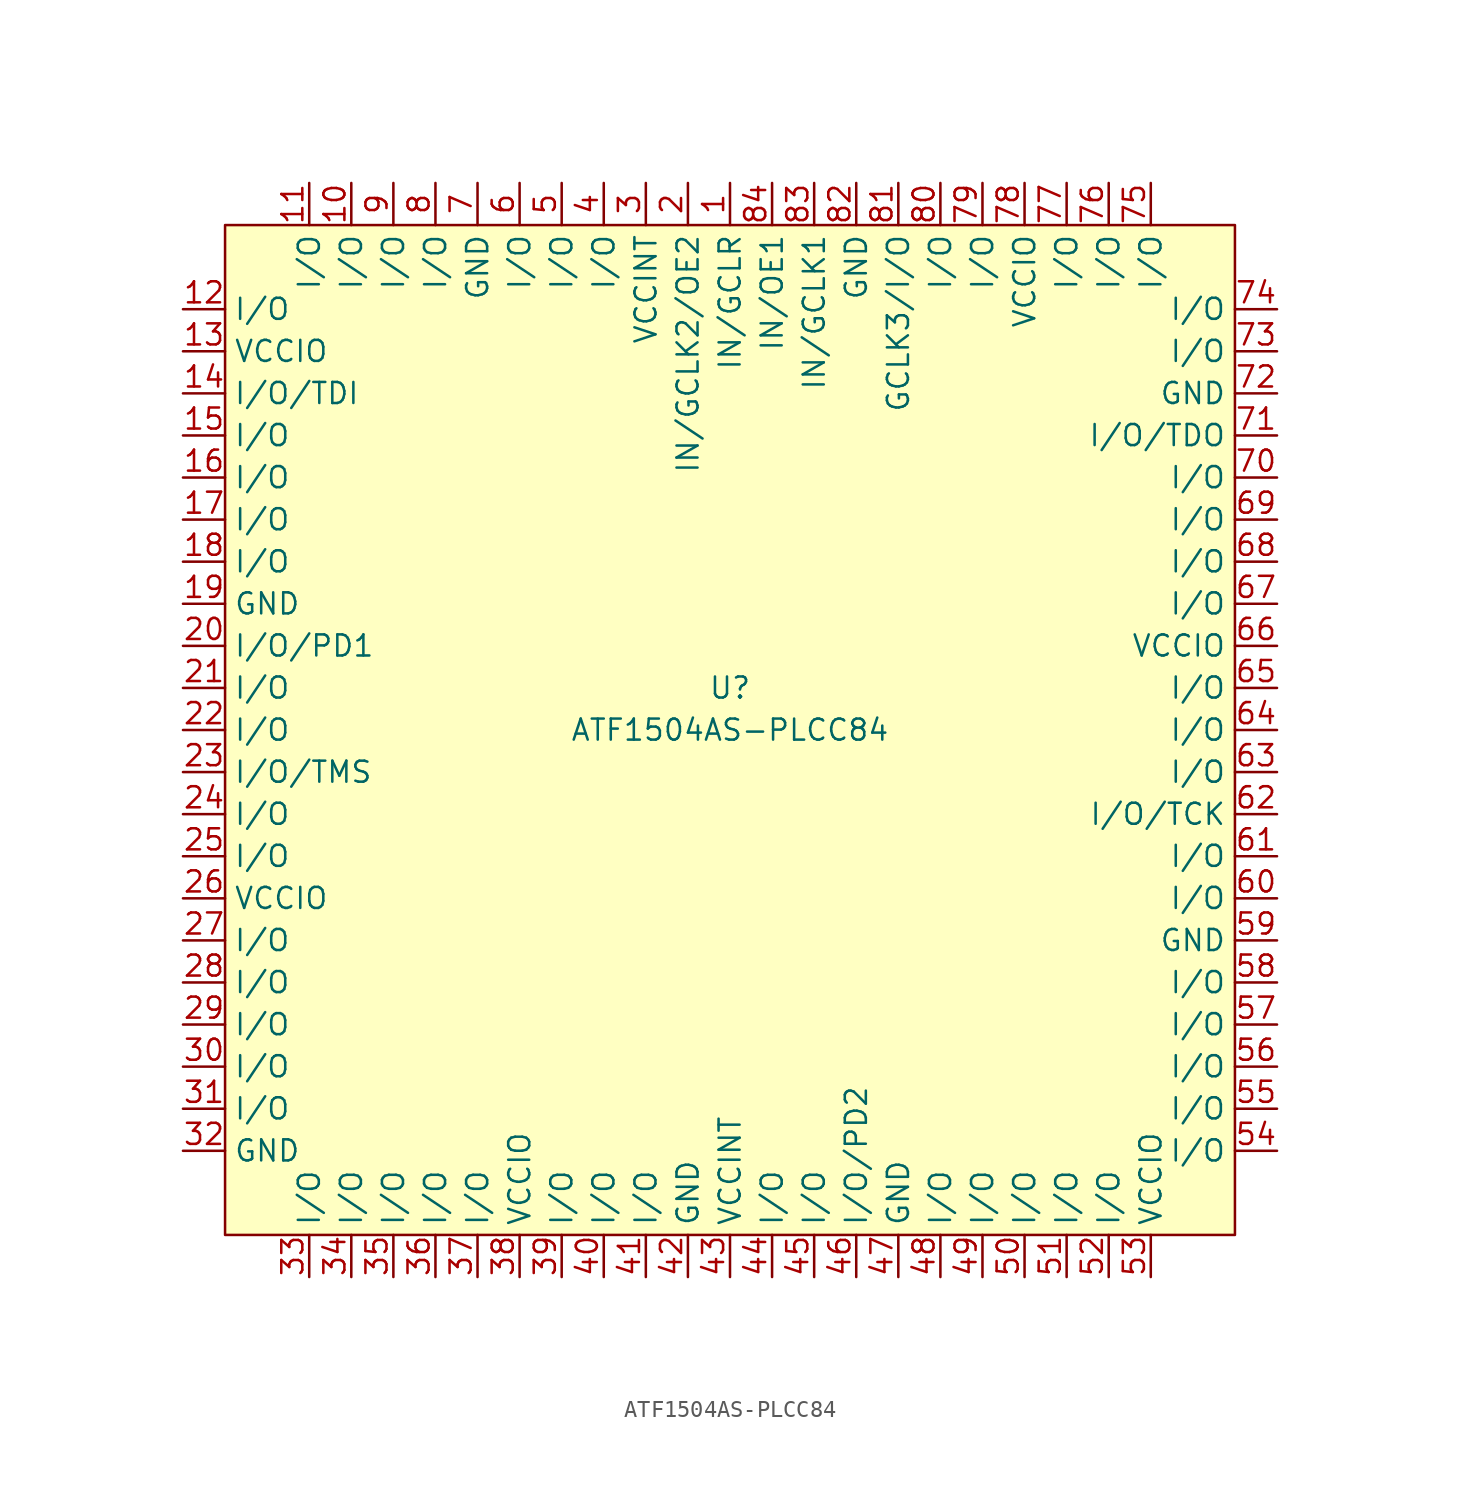
<source format=kicad_sym>
(kicad_symbol_lib
  (version 20211014)
  (generator kicad_symbol_editor)
  (symbol "ATF1504AS-PLCC84"
    (property "Reference" "U"
      (at 0 -29.21 0)
      (effects (font (size 1.27 1.27))))
    (property "Value" "ATF1504AS-PLCC84"
      (at 0 -31.75 0)
      (effects (font (size 1.27 1.27))))
    (symbol "ATF1504AS-PLCC84_0_1"
      (rectangle (start -30.48 -1.27) (end 30.48 -62.23) (stroke (width 0) (type default) (color 0 0 0 0)) (fill (type background))))
    (symbol "ATF1504AS-PLCC84_1_1"
      (pin input line (at 0 1.27 270) (length 2.54) (name "IN/GCLR" (effects (font (size 1.27 1.27)))) (number "1" (effects (font (size 1.27 1.27)))))
      (pin bidirectional line (at -22.86 1.27 270) (length 2.54) (name "I/O" (effects (font (size 1.27 1.27)))) (number "10" (effects (font (size 1.27 1.27)))))
      (pin bidirectional line (at -25.4 1.27 270) (length 2.54) (name "I/O" (effects (font (size 1.27 1.27)))) (number "11" (effects (font (size 1.27 1.27)))))
      (pin bidirectional line (at -33.02 -6.35 0) (length 2.54) (name "I/O" (effects (font (size 1.27 1.27)))) (number "12" (effects (font (size 1.27 1.27)))))
      (pin power_in line (at -33.02 -8.89 0) (length 2.54) (name "VCCIO" (effects (font (size 1.27 1.27)))) (number "13" (effects (font (size 1.27 1.27)))))
      (pin bidirectional line (at -33.02 -11.43 0) (length 2.54) (name "I/O/TDI" (effects (font (size 1.27 1.27)))) (number "14" (effects (font (size 1.27 1.27)))))
      (pin bidirectional line (at -33.02 -13.97 0) (length 2.54) (name "I/O" (effects (font (size 1.27 1.27)))) (number "15" (effects (font (size 1.27 1.27)))))
      (pin bidirectional line (at -33.02 -16.51 0) (length 2.54) (name "I/O" (effects (font (size 1.27 1.27)))) (number "16" (effects (font (size 1.27 1.27)))))
      (pin bidirectional line (at -33.02 -19.05 0) (length 2.54) (name "I/O" (effects (font (size 1.27 1.27)))) (number "17" (effects (font (size 1.27 1.27)))))
      (pin bidirectional line (at -33.02 -21.59 0) (length 2.54) (name "I/O" (effects (font (size 1.27 1.27)))) (number "18" (effects (font (size 1.27 1.27)))))
      (pin power_out line (at -33.02 -24.13 0) (length 2.54) (name "GND" (effects (font (size 1.27 1.27)))) (number "19" (effects (font (size 1.27 1.27)))))
      (pin input line (at -2.54 1.27 270) (length 2.54) (name "IN/GCLK2/OE2" (effects (font (size 1.27 1.27)))) (number "2" (effects (font (size 1.27 1.27)))))
      (pin bidirectional line (at -33.02 -26.67 0) (length 2.54) (name "I/O/PD1" (effects (font (size 1.27 1.27)))) (number "20" (effects (font (size 1.27 1.27)))))
      (pin bidirectional line (at -33.02 -29.21 0) (length 2.54) (name "I/O" (effects (font (size 1.27 1.27)))) (number "21" (effects (font (size 1.27 1.27)))))
      (pin bidirectional line (at -33.02 -31.75 0) (length 2.54) (name "I/O" (effects (font (size 1.27 1.27)))) (number "22" (effects (font (size 1.27 1.27)))))
      (pin bidirectional line (at -33.02 -34.29 0) (length 2.54) (name "I/O/TMS" (effects (font (size 1.27 1.27)))) (number "23" (effects (font (size 1.27 1.27)))))
      (pin bidirectional line (at -33.02 -36.83 0) (length 2.54) (name "I/O" (effects (font (size 1.27 1.27)))) (number "24" (effects (font (size 1.27 1.27)))))
      (pin bidirectional line (at -33.02 -39.37 0) (length 2.54) (name "I/O" (effects (font (size 1.27 1.27)))) (number "25" (effects (font (size 1.27 1.27)))))
      (pin power_in line (at -33.02 -41.91 0) (length 2.54) (name "VCCIO" (effects (font (size 1.27 1.27)))) (number "26" (effects (font (size 1.27 1.27)))))
      (pin bidirectional line (at -33.02 -44.45 0) (length 2.54) (name "I/O" (effects (font (size 1.27 1.27)))) (number "27" (effects (font (size 1.27 1.27)))))
      (pin bidirectional line (at -33.02 -46.99 0) (length 2.54) (name "I/O" (effects (font (size 1.27 1.27)))) (number "28" (effects (font (size 1.27 1.27)))))
      (pin bidirectional line (at -33.02 -49.53 0) (length 2.54) (name "I/O" (effects (font (size 1.27 1.27)))) (number "29" (effects (font (size 1.27 1.27)))))
      (pin power_in line (at -5.08 1.27 270) (length 2.54) (name "VCCINT" (effects (font (size 1.27 1.27)))) (number "3" (effects (font (size 1.27 1.27)))))
      (pin bidirectional line (at -33.02 -52.07 0) (length 2.54) (name "I/O" (effects (font (size 1.27 1.27)))) (number "30" (effects (font (size 1.27 1.27)))))
      (pin bidirectional line (at -33.02 -54.61 0) (length 2.54) (name "I/O" (effects (font (size 1.27 1.27)))) (number "31" (effects (font (size 1.27 1.27)))))
      (pin power_out line (at -33.02 -57.15 0) (length 2.54) (name "GND" (effects (font (size 1.27 1.27)))) (number "32" (effects (font (size 1.27 1.27)))))
      (pin bidirectional line (at -25.4 -64.77 90) (length 2.54) (name "I/O" (effects (font (size 1.27 1.27)))) (number "33" (effects (font (size 1.27 1.27)))))
      (pin bidirectional line (at -22.86 -64.77 90) (length 2.54) (name "I/O" (effects (font (size 1.27 1.27)))) (number "34" (effects (font (size 1.27 1.27)))))
      (pin bidirectional line (at -20.32 -64.77 90) (length 2.54) (name "I/O" (effects (font (size 1.27 1.27)))) (number "35" (effects (font (size 1.27 1.27)))))
      (pin bidirectional line (at -17.78 -64.77 90) (length 2.54) (name "I/O" (effects (font (size 1.27 1.27)))) (number "36" (effects (font (size 1.27 1.27)))))
      (pin bidirectional line (at -15.24 -64.77 90) (length 2.54) (name "I/O" (effects (font (size 1.27 1.27)))) (number "37" (effects (font (size 1.27 1.27)))))
      (pin power_in line (at -12.7 -64.77 90) (length 2.54) (name "VCCIO" (effects (font (size 1.27 1.27)))) (number "38" (effects (font (size 1.27 1.27)))))
      (pin bidirectional line (at -10.16 -64.77 90) (length 2.54) (name "I/O" (effects (font (size 1.27 1.27)))) (number "39" (effects (font (size 1.27 1.27)))))
      (pin bidirectional line (at -7.62 1.27 270) (length 2.54) (name "I/O" (effects (font (size 1.27 1.27)))) (number "4" (effects (font (size 1.27 1.27)))))
      (pin bidirectional line (at -7.62 -64.77 90) (length 2.54) (name "I/O" (effects (font (size 1.27 1.27)))) (number "40" (effects (font (size 1.27 1.27)))))
      (pin bidirectional line (at -5.08 -64.77 90) (length 2.54) (name "I/O" (effects (font (size 1.27 1.27)))) (number "41" (effects (font (size 1.27 1.27)))))
      (pin power_out line (at -2.54 -64.77 90) (length 2.54) (name "GND" (effects (font (size 1.27 1.27)))) (number "42" (effects (font (size 1.27 1.27)))))
      (pin power_in line (at 0 -64.77 90) (length 2.54) (name "VCCINT" (effects (font (size 1.27 1.27)))) (number "43" (effects (font (size 1.27 1.27)))))
      (pin bidirectional line (at 2.54 -64.77 90) (length 2.54) (name "I/O" (effects (font (size 1.27 1.27)))) (number "44" (effects (font (size 1.27 1.27)))))
      (pin bidirectional line (at 5.08 -64.77 90) (length 2.54) (name "I/O" (effects (font (size 1.27 1.27)))) (number "45" (effects (font (size 1.27 1.27)))))
      (pin bidirectional line (at 7.62 -64.77 90) (length 2.54) (name "I/O/PD2" (effects (font (size 1.27 1.27)))) (number "46" (effects (font (size 1.27 1.27)))))
      (pin power_out line (at 10.16 -64.77 90) (length 2.54) (name "GND" (effects (font (size 1.27 1.27)))) (number "47" (effects (font (size 1.27 1.27)))))
      (pin bidirectional line (at 12.7 -64.77 90) (length 2.54) (name "I/O" (effects (font (size 1.27 1.27)))) (number "48" (effects (font (size 1.27 1.27)))))
      (pin bidirectional line (at 15.24 -64.77 90) (length 2.54) (name "I/O" (effects (font (size 1.27 1.27)))) (number "49" (effects (font (size 1.27 1.27)))))
      (pin bidirectional line (at -10.16 1.27 270) (length 2.54) (name "I/O" (effects (font (size 1.27 1.27)))) (number "5" (effects (font (size 1.27 1.27)))))
      (pin bidirectional line (at 17.78 -64.77 90) (length 2.54) (name "I/O" (effects (font (size 1.27 1.27)))) (number "50" (effects (font (size 1.27 1.27)))))
      (pin bidirectional line (at 20.32 -64.77 90) (length 2.54) (name "I/O" (effects (font (size 1.27 1.27)))) (number "51" (effects (font (size 1.27 1.27)))))
      (pin bidirectional line (at 22.86 -64.77 90) (length 2.54) (name "I/O" (effects (font (size 1.27 1.27)))) (number "52" (effects (font (size 1.27 1.27)))))
      (pin power_in line (at 25.4 -64.77 90) (length 2.54) (name "VCCIO" (effects (font (size 1.27 1.27)))) (number "53" (effects (font (size 1.27 1.27)))))
      (pin bidirectional line (at 33.02 -57.15 180) (length 2.54) (name "I/O" (effects (font (size 1.27 1.27)))) (number "54" (effects (font (size 1.27 1.27)))))
      (pin bidirectional line (at 33.02 -54.61 180) (length 2.54) (name "I/O" (effects (font (size 1.27 1.27)))) (number "55" (effects (font (size 1.27 1.27)))))
      (pin bidirectional line (at 33.02 -52.07 180) (length 2.54) (name "I/O" (effects (font (size 1.27 1.27)))) (number "56" (effects (font (size 1.27 1.27)))))
      (pin bidirectional line (at 33.02 -49.53 180) (length 2.54) (name "I/O" (effects (font (size 1.27 1.27)))) (number "57" (effects (font (size 1.27 1.27)))))
      (pin bidirectional line (at 33.02 -46.99 180) (length 2.54) (name "I/O" (effects (font (size 1.27 1.27)))) (number "58" (effects (font (size 1.27 1.27)))))
      (pin power_out line (at 33.02 -44.45 180) (length 2.54) (name "GND" (effects (font (size 1.27 1.27)))) (number "59" (effects (font (size 1.27 1.27)))))
      (pin bidirectional line (at -12.7 1.27 270) (length 2.54) (name "I/O" (effects (font (size 1.27 1.27)))) (number "6" (effects (font (size 1.27 1.27)))))
      (pin bidirectional line (at 33.02 -41.91 180) (length 2.54) (name "I/O" (effects (font (size 1.27 1.27)))) (number "60" (effects (font (size 1.27 1.27)))))
      (pin bidirectional line (at 33.02 -39.37 180) (length 2.54) (name "I/O" (effects (font (size 1.27 1.27)))) (number "61" (effects (font (size 1.27 1.27)))))
      (pin bidirectional line (at 33.02 -36.83 180) (length 2.54) (name "I/O/TCK" (effects (font (size 1.27 1.27)))) (number "62" (effects (font (size 1.27 1.27)))))
      (pin bidirectional line (at 33.02 -34.29 180) (length 2.54) (name "I/O" (effects (font (size 1.27 1.27)))) (number "63" (effects (font (size 1.27 1.27)))))
      (pin bidirectional line (at 33.02 -31.75 180) (length 2.54) (name "I/O" (effects (font (size 1.27 1.27)))) (number "64" (effects (font (size 1.27 1.27)))))
      (pin bidirectional line (at 33.02 -29.21 180) (length 2.54) (name "I/O" (effects (font (size 1.27 1.27)))) (number "65" (effects (font (size 1.27 1.27)))))
      (pin power_in line (at 33.02 -26.67 180) (length 2.54) (name "VCCIO" (effects (font (size 1.27 1.27)))) (number "66" (effects (font (size 1.27 1.27)))))
      (pin bidirectional line (at 33.02 -24.13 180) (length 2.54) (name "I/O" (effects (font (size 1.27 1.27)))) (number "67" (effects (font (size 1.27 1.27)))))
      (pin bidirectional line (at 33.02 -21.59 180) (length 2.54) (name "I/O" (effects (font (size 1.27 1.27)))) (number "68" (effects (font (size 1.27 1.27)))))
      (pin bidirectional line (at 33.02 -19.05 180) (length 2.54) (name "I/O" (effects (font (size 1.27 1.27)))) (number "69" (effects (font (size 1.27 1.27)))))
      (pin power_out line (at -15.24 1.27 270) (length 2.54) (name "GND" (effects (font (size 1.27 1.27)))) (number "7" (effects (font (size 1.27 1.27)))))
      (pin bidirectional line (at 33.02 -16.51 180) (length 2.54) (name "I/O" (effects (font (size 1.27 1.27)))) (number "70" (effects (font (size 1.27 1.27)))))
      (pin bidirectional line (at 33.02 -13.97 180) (length 2.54) (name "I/O/TDO" (effects (font (size 1.27 1.27)))) (number "71" (effects (font (size 1.27 1.27)))))
      (pin power_out line (at 33.02 -11.43 180) (length 2.54) (name "GND" (effects (font (size 1.27 1.27)))) (number "72" (effects (font (size 1.27 1.27)))))
      (pin bidirectional line (at 33.02 -8.89 180) (length 2.54) (name "I/O" (effects (font (size 1.27 1.27)))) (number "73" (effects (font (size 1.27 1.27)))))
      (pin bidirectional line (at 33.02 -6.35 180) (length 2.54) (name "I/O" (effects (font (size 1.27 1.27)))) (number "74" (effects (font (size 1.27 1.27)))))
      (pin bidirectional line (at 25.4 1.27 270) (length 2.54) (name "I/O" (effects (font (size 1.27 1.27)))) (number "75" (effects (font (size 1.27 1.27)))))
      (pin bidirectional line (at 22.86 1.27 270) (length 2.54) (name "I/O" (effects (font (size 1.27 1.27)))) (number "76" (effects (font (size 1.27 1.27)))))
      (pin bidirectional line (at 20.32 1.27 270) (length 2.54) (name "I/O" (effects (font (size 1.27 1.27)))) (number "77" (effects (font (size 1.27 1.27)))))
      (pin power_in line (at 17.78 1.27 270) (length 2.54) (name "VCCIO" (effects (font (size 1.27 1.27)))) (number "78" (effects (font (size 1.27 1.27)))))
      (pin bidirectional line (at 15.24 1.27 270) (length 2.54) (name "I/O" (effects (font (size 1.27 1.27)))) (number "79" (effects (font (size 1.27 1.27)))))
      (pin bidirectional line (at -17.78 1.27 270) (length 2.54) (name "I/O" (effects (font (size 1.27 1.27)))) (number "8" (effects (font (size 1.27 1.27)))))
      (pin bidirectional line (at 12.7 1.27 270) (length 2.54) (name "I/O" (effects (font (size 1.27 1.27)))) (number "80" (effects (font (size 1.27 1.27)))))
      (pin bidirectional line (at 10.16 1.27 270) (length 2.54) (name "GCLK3/I/O" (effects (font (size 1.27 1.27)))) (number "81" (effects (font (size 1.27 1.27)))))
      (pin power_out line (at 7.62 1.27 270) (length 2.54) (name "GND" (effects (font (size 1.27 1.27)))) (number "82" (effects (font (size 1.27 1.27)))))
      (pin input line (at 5.08 1.27 270) (length 2.54) (name "IN/GCLK1" (effects (font (size 1.27 1.27)))) (number "83" (effects (font (size 1.27 1.27)))))
      (pin input line (at 2.54 1.27 270) (length 2.54) (name "IN/OE1" (effects (font (size 1.27 1.27)))) (number "84" (effects (font (size 1.27 1.27)))))
      (pin bidirectional line (at -20.32 1.27 270) (length 2.54) (name "I/O" (effects (font (size 1.27 1.27)))) (number "9" (effects (font (size 1.27 1.27))))))))
</source>
